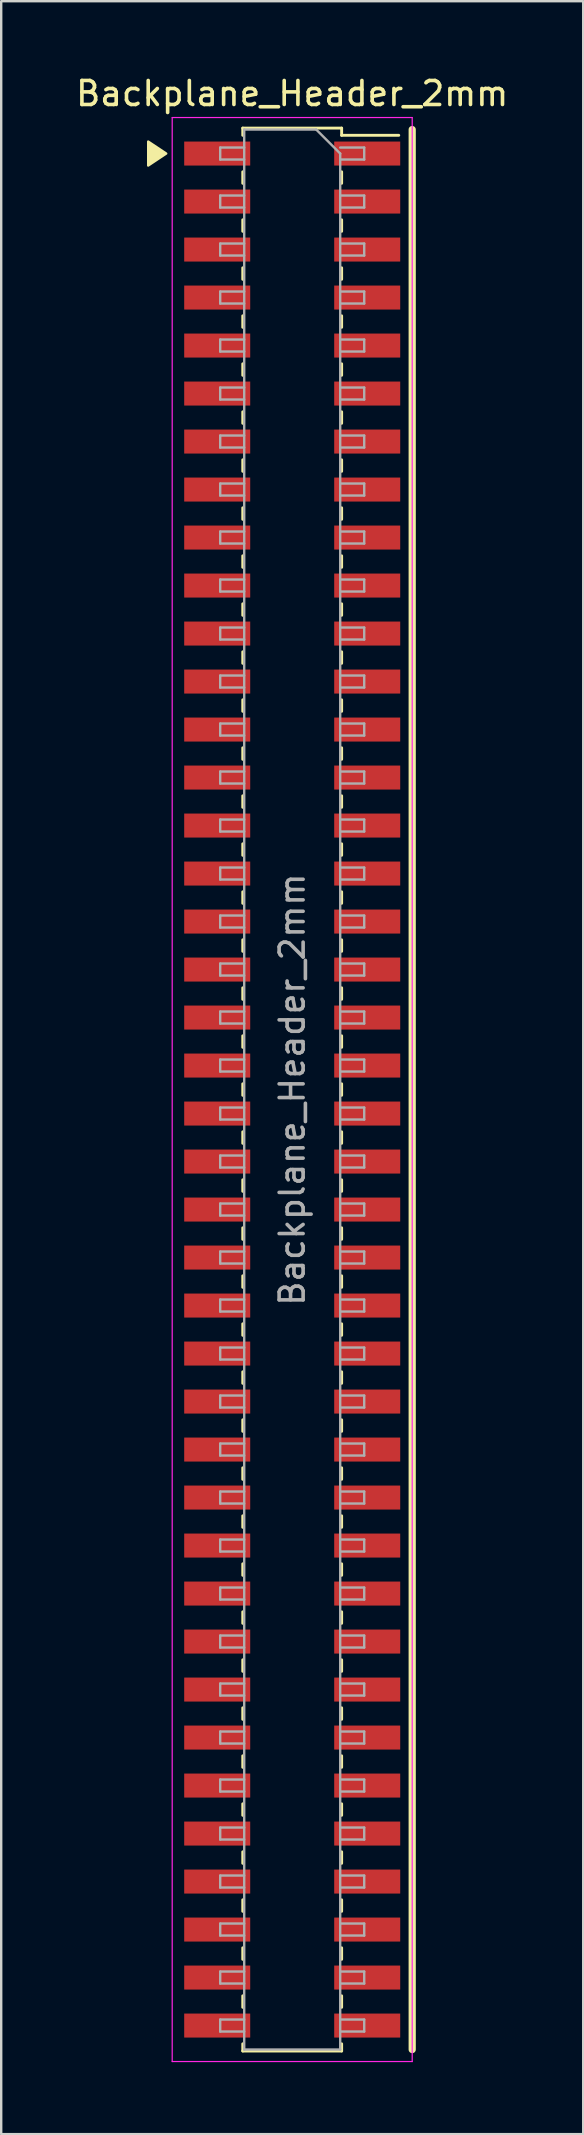
<source format=kicad_pcb>
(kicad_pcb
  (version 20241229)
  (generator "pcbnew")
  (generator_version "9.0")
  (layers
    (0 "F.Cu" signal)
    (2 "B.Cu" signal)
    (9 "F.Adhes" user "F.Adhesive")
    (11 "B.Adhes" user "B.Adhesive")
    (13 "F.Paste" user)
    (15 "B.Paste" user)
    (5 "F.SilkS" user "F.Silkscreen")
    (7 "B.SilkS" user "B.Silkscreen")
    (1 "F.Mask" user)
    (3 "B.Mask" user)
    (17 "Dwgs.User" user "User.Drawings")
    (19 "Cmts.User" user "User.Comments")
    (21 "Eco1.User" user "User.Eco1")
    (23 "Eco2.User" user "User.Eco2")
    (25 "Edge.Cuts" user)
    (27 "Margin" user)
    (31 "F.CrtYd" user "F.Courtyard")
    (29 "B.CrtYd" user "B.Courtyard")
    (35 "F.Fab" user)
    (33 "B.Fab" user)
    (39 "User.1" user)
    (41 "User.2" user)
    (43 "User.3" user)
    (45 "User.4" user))
  (footprint "Backplane_Header_2mm"
    (layer "F.Cu")
    (at 9.125 42.348)
    (property "Reference" "Backplane_Header_2mm" (at 0 -41.5 0) (layer "F.SilkS") (effects (font (size 1 1) (thickness 0.15))))
    (attr smd)
    (fp_line (start -2.06 -40.06) (end -2.06 -39.76) (stroke (width 0.12) (type solid)) (layer "F.SilkS"))
    (fp_line (start -2.06 -40.06) (end 2.06 -40.06) (stroke (width 0.12) (type solid)) (layer "F.SilkS"))
    (fp_line (start -2.06 -38.24) (end -2.06 -37.76) (stroke (width 0.12) (type solid)) (layer "F.SilkS"))
    (fp_line (start -2.06 -36.24) (end -2.06 -35.76) (stroke (width 0.12) (type solid)) (layer "F.SilkS"))
    (fp_line (start -2.06 -34.24) (end -2.06 -33.76) (stroke (width 0.12) (type solid)) (layer "F.SilkS"))
    (fp_line (start -2.06 -32.24) (end -2.06 -31.76) (stroke (width 0.12) (type solid)) (layer "F.SilkS"))
    (fp_line (start -2.06 -30.24) (end -2.06 -29.76) (stroke (width 0.12) (type solid)) (layer "F.SilkS"))
    (fp_line (start -2.06 -28.24) (end -2.06 -27.76) (stroke (width 0.12) (type solid)) (layer "F.SilkS"))
    (fp_line (start -2.06 -26.24) (end -2.06 -25.76) (stroke (width 0.12) (type solid)) (layer "F.SilkS"))
    (fp_line (start -2.06 -24.24) (end -2.06 -23.76) (stroke (width 0.12) (type solid)) (layer "F.SilkS"))
    (fp_line (start -2.06 -22.24) (end -2.06 -21.76) (stroke (width 0.12) (type solid)) (layer "F.SilkS"))
    (fp_line (start -2.06 -20.24) (end -2.06 -19.76) (stroke (width 0.12) (type solid)) (layer "F.SilkS"))
    (fp_line (start -2.06 -18.24) (end -2.06 -17.76) (stroke (width 0.12) (type solid)) (layer "F.SilkS"))
    (fp_line (start -2.06 -16.24) (end -2.06 -15.76) (stroke (width 0.12) (type solid)) (layer "F.SilkS"))
    (fp_line (start -2.06 -14.24) (end -2.06 -13.76) (stroke (width 0.12) (type solid)) (layer "F.SilkS"))
    (fp_line (start -2.06 -12.24) (end -2.06 -11.76) (stroke (width 0.12) (type solid)) (layer "F.SilkS"))
    (fp_line (start -2.06 -10.24) (end -2.06 -9.76) (stroke (width 0.12) (type solid)) (layer "F.SilkS"))
    (fp_line (start -2.06 -8.24) (end -2.06 -7.76) (stroke (width 0.12) (type solid)) (layer "F.SilkS"))
    (fp_line (start -2.06 -6.24) (end -2.06 -5.76) (stroke (width 0.12) (type solid)) (layer "F.SilkS"))
    (fp_line (start -2.06 -4.24) (end -2.06 -3.76) (stroke (width 0.12) (type solid)) (layer "F.SilkS"))
    (fp_line (start -2.06 -2.24) (end -2.06 -1.76) (stroke (width 0.12) (type solid)) (layer "F.SilkS"))
    (fp_line (start -2.06 -0.24) (end -2.06 0.24) (stroke (width 0.12) (type solid)) (layer "F.SilkS"))
    (fp_line (start -2.06 1.76) (end -2.06 2.24) (stroke (width 0.12) (type solid)) (layer "F.SilkS"))
    (fp_line (start -2.06 3.76) (end -2.06 4.24) (stroke (width 0.12) (type solid)) (layer "F.SilkS"))
    (fp_line (start -2.06 5.76) (end -2.06 6.24) (stroke (width 0.12) (type solid)) (layer "F.SilkS"))
    (fp_line (start -2.06 7.76) (end -2.06 8.24) (stroke (width 0.12) (type solid)) (layer "F.SilkS"))
    (fp_line (start -2.06 9.76) (end -2.06 10.24) (stroke (width 0.12) (type solid)) (layer "F.SilkS"))
    (fp_line (start -2.06 11.76) (end -2.06 12.24) (stroke (width 0.12) (type solid)) (layer "F.SilkS"))
    (fp_line (start -2.06 13.76) (end -2.06 14.24) (stroke (width 0.12) (type solid)) (layer "F.SilkS"))
    (fp_line (start -2.06 15.76) (end -2.06 16.24) (stroke (width 0.12) (type solid)) (layer "F.SilkS"))
    (fp_line (start -2.06 17.76) (end -2.06 18.24) (stroke (width 0.12) (type solid)) (layer "F.SilkS"))
    (fp_line (start -2.06 19.76) (end -2.06 20.24) (stroke (width 0.12) (type solid)) (layer "F.SilkS"))
    (fp_line (start -2.06 21.76) (end -2.06 22.24) (stroke (width 0.12) (type solid)) (layer "F.SilkS"))
    (fp_line (start -2.06 23.76) (end -2.06 24.24) (stroke (width 0.12) (type solid)) (layer "F.SilkS"))
    (fp_line (start -2.06 25.76) (end -2.06 26.24) (stroke (width 0.12) (type solid)) (layer "F.SilkS"))
    (fp_line (start -2.06 27.76) (end -2.06 28.24) (stroke (width 0.12) (type solid)) (layer "F.SilkS"))
    (fp_line (start -2.06 29.76) (end -2.06 30.24) (stroke (width 0.12) (type solid)) (layer "F.SilkS"))
    (fp_line (start -2.06 31.76) (end -2.06 32.24) (stroke (width 0.12) (type solid)) (layer "F.SilkS"))
    (fp_line (start -2.06 33.76) (end -2.06 34.24) (stroke (width 0.12) (type solid)) (layer "F.SilkS"))
    (fp_line (start -2.06 35.76) (end -2.06 36.24) (stroke (width 0.12) (type solid)) (layer "F.SilkS"))
    (fp_line (start -2.06 37.76) (end -2.06 38.24) (stroke (width 0.12) (type solid)) (layer "F.SilkS"))
    (fp_line (start -2.06 39.76) (end -2.06 40.06) (stroke (width 0.12) (type solid)) (layer "F.SilkS"))
    (fp_line (start -2.06 40.06) (end 2.06 40.06) (stroke (width 0.12) (type solid)) (layer "F.SilkS"))
    (fp_line (start 2.06 -40.06) (end 2.06 -39.76) (stroke (width 0.12) (type solid)) (layer "F.SilkS"))
    (fp_line (start 2.06 -39.76) (end 4.44 -39.76) (stroke (width 0.12) (type solid)) (layer "F.SilkS"))
    (fp_line (start 2.06 -38.24) (end 2.06 -37.76) (stroke (width 0.12) (type solid)) (layer "F.SilkS"))
    (fp_line (start 2.06 -36.24) (end 2.06 -35.76) (stroke (width 0.12) (type solid)) (layer "F.SilkS"))
    (fp_line (start 2.06 -34.24) (end 2.06 -33.76) (stroke (width 0.12) (type solid)) (layer "F.SilkS"))
    (fp_line (start 2.06 -32.24) (end 2.06 -31.76) (stroke (width 0.12) (type solid)) (layer "F.SilkS"))
    (fp_line (start 2.06 -30.24) (end 2.06 -29.76) (stroke (width 0.12) (type solid)) (layer "F.SilkS"))
    (fp_line (start 2.06 -28.24) (end 2.06 -27.76) (stroke (width 0.12) (type solid)) (layer "F.SilkS"))
    (fp_line (start 2.06 -26.24) (end 2.06 -25.76) (stroke (width 0.12) (type solid)) (layer "F.SilkS"))
    (fp_line (start 2.06 -24.24) (end 2.06 -23.76) (stroke (width 0.12) (type solid)) (layer "F.SilkS"))
    (fp_line (start 2.06 -22.24) (end 2.06 -21.76) (stroke (width 0.12) (type solid)) (layer "F.SilkS"))
    (fp_line (start 2.06 -20.24) (end 2.06 -19.76) (stroke (width 0.12) (type solid)) (layer "F.SilkS"))
    (fp_line (start 2.06 -18.24) (end 2.06 -17.76) (stroke (width 0.12) (type solid)) (layer "F.SilkS"))
    (fp_line (start 2.06 -16.24) (end 2.06 -15.76) (stroke (width 0.12) (type solid)) (layer "F.SilkS"))
    (fp_line (start 2.06 -14.24) (end 2.06 -13.76) (stroke (width 0.12) (type solid)) (layer "F.SilkS"))
    (fp_line (start 2.06 -12.24) (end 2.06 -11.76) (stroke (width 0.12) (type solid)) (layer "F.SilkS"))
    (fp_line (start 2.06 -10.24) (end 2.06 -9.76) (stroke (width 0.12) (type solid)) (layer "F.SilkS"))
    (fp_line (start 2.06 -8.24) (end 2.06 -7.76) (stroke (width 0.12) (type solid)) (layer "F.SilkS"))
    (fp_line (start 2.06 -6.24) (end 2.06 -5.76) (stroke (width 0.12) (type solid)) (layer "F.SilkS"))
    (fp_line (start 2.06 -4.24) (end 2.06 -3.76) (stroke (width 0.12) (type solid)) (layer "F.SilkS"))
    (fp_line (start 2.06 -2.24) (end 2.06 -1.76) (stroke (width 0.12) (type solid)) (layer "F.SilkS"))
    (fp_line (start 2.06 -0.24) (end 2.06 0.24) (stroke (width 0.12) (type solid)) (layer "F.SilkS"))
    (fp_line (start 2.06 1.76) (end 2.06 2.24) (stroke (width 0.12) (type solid)) (layer "F.SilkS"))
    (fp_line (start 2.06 3.76) (end 2.06 4.24) (stroke (width 0.12) (type solid)) (layer "F.SilkS"))
    (fp_line (start 2.06 5.76) (end 2.06 6.24) (stroke (width 0.12) (type solid)) (layer "F.SilkS"))
    (fp_line (start 2.06 7.76) (end 2.06 8.24) (stroke (width 0.12) (type solid)) (layer "F.SilkS"))
    (fp_line (start 2.06 9.76) (end 2.06 10.24) (stroke (width 0.12) (type solid)) (layer "F.SilkS"))
    (fp_line (start 2.06 11.76) (end 2.06 12.24) (stroke (width 0.12) (type solid)) (layer "F.SilkS"))
    (fp_line (start 2.06 13.76) (end 2.06 14.24) (stroke (width 0.12) (type solid)) (layer "F.SilkS"))
    (fp_line (start 2.06 15.76) (end 2.06 16.24) (stroke (width 0.12) (type solid)) (layer "F.SilkS"))
    (fp_line (start 2.06 17.76) (end 2.06 18.24) (stroke (width 0.12) (type solid)) (layer "F.SilkS"))
    (fp_line (start 2.06 19.76) (end 2.06 20.24) (stroke (width 0.12) (type solid)) (layer "F.SilkS"))
    (fp_line (start 2.06 21.76) (end 2.06 22.24) (stroke (width 0.12) (type solid)) (layer "F.SilkS"))
    (fp_line (start 2.06 23.76) (end 2.06 24.24) (stroke (width 0.12) (type solid)) (layer "F.SilkS"))
    (fp_line (start 2.06 25.76) (end 2.06 26.24) (stroke (width 0.12) (type solid)) (layer "F.SilkS"))
    (fp_line (start 2.06 27.76) (end 2.06 28.24) (stroke (width 0.12) (type solid)) (layer "F.SilkS"))
    (fp_line (start 2.06 29.76) (end 2.06 30.24) (stroke (width 0.12) (type solid)) (layer "F.SilkS"))
    (fp_line (start 2.06 31.76) (end 2.06 32.24) (stroke (width 0.12) (type solid)) (layer "F.SilkS"))
    (fp_line (start 2.06 33.76) (end 2.06 34.24) (stroke (width 0.12) (type solid)) (layer "F.SilkS"))
    (fp_line (start 2.06 35.76) (end 2.06 36.24) (stroke (width 0.12) (type solid)) (layer "F.SilkS"))
    (fp_line (start 2.06 37.76) (end 2.06 38.24) (stroke (width 0.12) (type solid)) (layer "F.SilkS"))
    (fp_line (start 2.06 39.76) (end 2.06 40.06) (stroke (width 0.12) (type solid)) (layer "F.SilkS"))
    (fp_line (start 5 -40) (end 5 40) (stroke (width 0.3) (type default)) (layer "F.SilkS"))
    (fp_poly (pts (xy -5.25 -39) (xy -6 -38.5) (xy -6 -39.5)) (stroke (width 0.1) (type solid)) (fill yes) (layer "F.SilkS"))
    (fp_line (start -5 -40.5) (end 5 -40.5) (stroke (width 0.05) (type solid)) (layer "F.CrtYd"))
    (fp_line (start -5 40.5) (end -5 -40.5) (stroke (width 0.05) (type solid)) (layer "F.CrtYd"))
    (fp_line (start 5 -40.5) (end 5 40.5) (stroke (width 0.05) (type solid)) (layer "F.CrtYd"))
    (fp_line (start 5 40.5) (end -5 40.5) (stroke (width 0.05) (type solid)) (layer "F.CrtYd"))
    (fp_line (start -3 -39.25) (end -2 -39.25) (stroke (width 0.1) (type solid)) (layer "F.Fab"))
    (fp_line (start -3 -38.75) (end -3 -39.25) (stroke (width 0.1) (type solid)) (layer "F.Fab"))
    (fp_line (start -3 -37.25) (end -2 -37.25) (stroke (width 0.1) (type solid)) (layer "F.Fab"))
    (fp_line (start -3 -36.75) (end -3 -37.25) (stroke (width 0.1) (type solid)) (layer "F.Fab"))
    (fp_line (start -3 -35.25) (end -2 -35.25) (stroke (width 0.1) (type solid)) (layer "F.Fab"))
    (fp_line (start -3 -34.75) (end -3 -35.25) (stroke (width 0.1) (type solid)) (layer "F.Fab"))
    (fp_line (start -3 -33.25) (end -2 -33.25) (stroke (width 0.1) (type solid)) (layer "F.Fab"))
    (fp_line (start -3 -32.75) (end -3 -33.25) (stroke (width 0.1) (type solid)) (layer "F.Fab"))
    (fp_line (start -3 -31.25) (end -2 -31.25) (stroke (width 0.1) (type solid)) (layer "F.Fab"))
    (fp_line (start -3 -30.75) (end -3 -31.25) (stroke (width 0.1) (type solid)) (layer "F.Fab"))
    (fp_line (start -3 -29.25) (end -2 -29.25) (stroke (width 0.1) (type solid)) (layer "F.Fab"))
    (fp_line (start -3 -28.75) (end -3 -29.25) (stroke (width 0.1) (type solid)) (layer "F.Fab"))
    (fp_line (start -3 -27.25) (end -2 -27.25) (stroke (width 0.1) (type solid)) (layer "F.Fab"))
    (fp_line (start -3 -26.75) (end -3 -27.25) (stroke (width 0.1) (type solid)) (layer "F.Fab"))
    (fp_line (start -3 -25.25) (end -2 -25.25) (stroke (width 0.1) (type solid)) (layer "F.Fab"))
    (fp_line (start -3 -24.75) (end -3 -25.25) (stroke (width 0.1) (type solid)) (layer "F.Fab"))
    (fp_line (start -3 -23.25) (end -2 -23.25) (stroke (width 0.1) (type solid)) (layer "F.Fab"))
    (fp_line (start -3 -22.75) (end -3 -23.25) (stroke (width 0.1) (type solid)) (layer "F.Fab"))
    (fp_line (start -3 -21.25) (end -2 -21.25) (stroke (width 0.1) (type solid)) (layer "F.Fab"))
    (fp_line (start -3 -20.75) (end -3 -21.25) (stroke (width 0.1) (type solid)) (layer "F.Fab"))
    (fp_line (start -3 -19.25) (end -2 -19.25) (stroke (width 0.1) (type solid)) (layer "F.Fab"))
    (fp_line (start -3 -18.75) (end -3 -19.25) (stroke (width 0.1) (type solid)) (layer "F.Fab"))
    (fp_line (start -3 -17.25) (end -2 -17.25) (stroke (width 0.1) (type solid)) (layer "F.Fab"))
    (fp_line (start -3 -16.75) (end -3 -17.25) (stroke (width 0.1) (type solid)) (layer "F.Fab"))
    (fp_line (start -3 -15.25) (end -2 -15.25) (stroke (width 0.1) (type solid)) (layer "F.Fab"))
    (fp_line (start -3 -14.75) (end -3 -15.25) (stroke (width 0.1) (type solid)) (layer "F.Fab"))
    (fp_line (start -3 -13.25) (end -2 -13.25) (stroke (width 0.1) (type solid)) (layer "F.Fab"))
    (fp_line (start -3 -12.75) (end -3 -13.25) (stroke (width 0.1) (type solid)) (layer "F.Fab"))
    (fp_line (start -3 -11.25) (end -2 -11.25) (stroke (width 0.1) (type solid)) (layer "F.Fab"))
    (fp_line (start -3 -10.75) (end -3 -11.25) (stroke (width 0.1) (type solid)) (layer "F.Fab"))
    (fp_line (start -3 -9.25) (end -2 -9.25) (stroke (width 0.1) (type solid)) (layer "F.Fab"))
    (fp_line (start -3 -8.75) (end -3 -9.25) (stroke (width 0.1) (type solid)) (layer "F.Fab"))
    (fp_line (start -3 -7.25) (end -2 -7.25) (stroke (width 0.1) (type solid)) (layer "F.Fab"))
    (fp_line (start -3 -6.75) (end -3 -7.25) (stroke (width 0.1) (type solid)) (layer "F.Fab"))
    (fp_line (start -3 -5.25) (end -2 -5.25) (stroke (width 0.1) (type solid)) (layer "F.Fab"))
    (fp_line (start -3 -4.75) (end -3 -5.25) (stroke (width 0.1) (type solid)) (layer "F.Fab"))
    (fp_line (start -3 -3.25) (end -2 -3.25) (stroke (width 0.1) (type solid)) (layer "F.Fab"))
    (fp_line (start -3 -2.75) (end -3 -3.25) (stroke (width 0.1) (type solid)) (layer "F.Fab"))
    (fp_line (start -3 -1.25) (end -2 -1.25) (stroke (width 0.1) (type solid)) (layer "F.Fab"))
    (fp_line (start -3 -0.75) (end -3 -1.25) (stroke (width 0.1) (type solid)) (layer "F.Fab"))
    (fp_line (start -3 0.75) (end -2 0.75) (stroke (width 0.1) (type solid)) (layer "F.Fab"))
    (fp_line (start -3 1.25) (end -3 0.75) (stroke (width 0.1) (type solid)) (layer "F.Fab"))
    (fp_line (start -3 2.75) (end -2 2.75) (stroke (width 0.1) (type solid)) (layer "F.Fab"))
    (fp_line (start -3 3.25) (end -3 2.75) (stroke (width 0.1) (type solid)) (layer "F.Fab"))
    (fp_line (start -3 4.75) (end -2 4.75) (stroke (width 0.1) (type solid)) (layer "F.Fab"))
    (fp_line (start -3 5.25) (end -3 4.75) (stroke (width 0.1) (type solid)) (layer "F.Fab"))
    (fp_line (start -3 6.75) (end -2 6.75) (stroke (width 0.1) (type solid)) (layer "F.Fab"))
    (fp_line (start -3 7.25) (end -3 6.75) (stroke (width 0.1) (type solid)) (layer "F.Fab"))
    (fp_line (start -3 8.75) (end -2 8.75) (stroke (width 0.1) (type solid)) (layer "F.Fab"))
    (fp_line (start -3 9.25) (end -3 8.75) (stroke (width 0.1) (type solid)) (layer "F.Fab"))
    (fp_line (start -3 10.75) (end -2 10.75) (stroke (width 0.1) (type solid)) (layer "F.Fab"))
    (fp_line (start -3 11.25) (end -3 10.75) (stroke (width 0.1) (type solid)) (layer "F.Fab"))
    (fp_line (start -3 12.75) (end -2 12.75) (stroke (width 0.1) (type solid)) (layer "F.Fab"))
    (fp_line (start -3 13.25) (end -3 12.75) (stroke (width 0.1) (type solid)) (layer "F.Fab"))
    (fp_line (start -3 14.75) (end -2 14.75) (stroke (width 0.1) (type solid)) (layer "F.Fab"))
    (fp_line (start -3 15.25) (end -3 14.75) (stroke (width 0.1) (type solid)) (layer "F.Fab"))
    (fp_line (start -3 16.75) (end -2 16.75) (stroke (width 0.1) (type solid)) (layer "F.Fab"))
    (fp_line (start -3 17.25) (end -3 16.75) (stroke (width 0.1) (type solid)) (layer "F.Fab"))
    (fp_line (start -3 18.75) (end -2 18.75) (stroke (width 0.1) (type solid)) (layer "F.Fab"))
    (fp_line (start -3 19.25) (end -3 18.75) (stroke (width 0.1) (type solid)) (layer "F.Fab"))
    (fp_line (start -3 20.75) (end -2 20.75) (stroke (width 0.1) (type solid)) (layer "F.Fab"))
    (fp_line (start -3 21.25) (end -3 20.75) (stroke (width 0.1) (type solid)) (layer "F.Fab"))
    (fp_line (start -3 22.75) (end -2 22.75) (stroke (width 0.1) (type solid)) (layer "F.Fab"))
    (fp_line (start -3 23.25) (end -3 22.75) (stroke (width 0.1) (type solid)) (layer "F.Fab"))
    (fp_line (start -3 24.75) (end -2 24.75) (stroke (width 0.1) (type solid)) (layer "F.Fab"))
    (fp_line (start -3 25.25) (end -3 24.75) (stroke (width 0.1) (type solid)) (layer "F.Fab"))
    (fp_line (start -3 26.75) (end -2 26.75) (stroke (width 0.1) (type solid)) (layer "F.Fab"))
    (fp_line (start -3 27.25) (end -3 26.75) (stroke (width 0.1) (type solid)) (layer "F.Fab"))
    (fp_line (start -3 28.75) (end -2 28.75) (stroke (width 0.1) (type solid)) (layer "F.Fab"))
    (fp_line (start -3 29.25) (end -3 28.75) (stroke (width 0.1) (type solid)) (layer "F.Fab"))
    (fp_line (start -3 30.75) (end -2 30.75) (stroke (width 0.1) (type solid)) (layer "F.Fab"))
    (fp_line (start -3 31.25) (end -3 30.75) (stroke (width 0.1) (type solid)) (layer "F.Fab"))
    (fp_line (start -3 32.75) (end -2 32.75) (stroke (width 0.1) (type solid)) (layer "F.Fab"))
    (fp_line (start -3 33.25) (end -3 32.75) (stroke (width 0.1) (type solid)) (layer "F.Fab"))
    (fp_line (start -3 34.75) (end -2 34.75) (stroke (width 0.1) (type solid)) (layer "F.Fab"))
    (fp_line (start -3 35.25) (end -3 34.75) (stroke (width 0.1) (type solid)) (layer "F.Fab"))
    (fp_line (start -3 36.75) (end -2 36.75) (stroke (width 0.1) (type solid)) (layer "F.Fab"))
    (fp_line (start -3 37.25) (end -3 36.75) (stroke (width 0.1) (type solid)) (layer "F.Fab"))
    (fp_line (start -3 38.75) (end -2 38.75) (stroke (width 0.1) (type solid)) (layer "F.Fab"))
    (fp_line (start -3 39.25) (end -3 38.75) (stroke (width 0.1) (type solid)) (layer "F.Fab"))
    (fp_line (start -2 -40) (end 1 -40) (stroke (width 0.1) (type solid)) (layer "F.Fab"))
    (fp_line (start -2 -38.75) (end -3 -38.75) (stroke (width 0.1) (type solid)) (layer "F.Fab"))
    (fp_line (start -2 -36.75) (end -3 -36.75) (stroke (width 0.1) (type solid)) (layer "F.Fab"))
    (fp_line (start -2 -34.75) (end -3 -34.75) (stroke (width 0.1) (type solid)) (layer "F.Fab"))
    (fp_line (start -2 -32.75) (end -3 -32.75) (stroke (width 0.1) (type solid)) (layer "F.Fab"))
    (fp_line (start -2 -30.75) (end -3 -30.75) (stroke (width 0.1) (type solid)) (layer "F.Fab"))
    (fp_line (start -2 -28.75) (end -3 -28.75) (stroke (width 0.1) (type solid)) (layer "F.Fab"))
    (fp_line (start -2 -26.75) (end -3 -26.75) (stroke (width 0.1) (type solid)) (layer "F.Fab"))
    (fp_line (start -2 -24.75) (end -3 -24.75) (stroke (width 0.1) (type solid)) (layer "F.Fab"))
    (fp_line (start -2 -22.75) (end -3 -22.75) (stroke (width 0.1) (type solid)) (layer "F.Fab"))
    (fp_line (start -2 -20.75) (end -3 -20.75) (stroke (width 0.1) (type solid)) (layer "F.Fab"))
    (fp_line (start -2 -18.75) (end -3 -18.75) (stroke (width 0.1) (type solid)) (layer "F.Fab"))
    (fp_line (start -2 -16.75) (end -3 -16.75) (stroke (width 0.1) (type solid)) (layer "F.Fab"))
    (fp_line (start -2 -14.75) (end -3 -14.75) (stroke (width 0.1) (type solid)) (layer "F.Fab"))
    (fp_line (start -2 -12.75) (end -3 -12.75) (stroke (width 0.1) (type solid)) (layer "F.Fab"))
    (fp_line (start -2 -10.75) (end -3 -10.75) (stroke (width 0.1) (type solid)) (layer "F.Fab"))
    (fp_line (start -2 -8.75) (end -3 -8.75) (stroke (width 0.1) (type solid)) (layer "F.Fab"))
    (fp_line (start -2 -6.75) (end -3 -6.75) (stroke (width 0.1) (type solid)) (layer "F.Fab"))
    (fp_line (start -2 -4.75) (end -3 -4.75) (stroke (width 0.1) (type solid)) (layer "F.Fab"))
    (fp_line (start -2 -2.75) (end -3 -2.75) (stroke (width 0.1) (type solid)) (layer "F.Fab"))
    (fp_line (start -2 -0.75) (end -3 -0.75) (stroke (width 0.1) (type solid)) (layer "F.Fab"))
    (fp_line (start -2 1.25) (end -3 1.25) (stroke (width 0.1) (type solid)) (layer "F.Fab"))
    (fp_line (start -2 3.25) (end -3 3.25) (stroke (width 0.1) (type solid)) (layer "F.Fab"))
    (fp_line (start -2 5.25) (end -3 5.25) (stroke (width 0.1) (type solid)) (layer "F.Fab"))
    (fp_line (start -2 7.25) (end -3 7.25) (stroke (width 0.1) (type solid)) (layer "F.Fab"))
    (fp_line (start -2 9.25) (end -3 9.25) (stroke (width 0.1) (type solid)) (layer "F.Fab"))
    (fp_line (start -2 11.25) (end -3 11.25) (stroke (width 0.1) (type solid)) (layer "F.Fab"))
    (fp_line (start -2 13.25) (end -3 13.25) (stroke (width 0.1) (type solid)) (layer "F.Fab"))
    (fp_line (start -2 15.25) (end -3 15.25) (stroke (width 0.1) (type solid)) (layer "F.Fab"))
    (fp_line (start -2 17.25) (end -3 17.25) (stroke (width 0.1) (type solid)) (layer "F.Fab"))
    (fp_line (start -2 19.25) (end -3 19.25) (stroke (width 0.1) (type solid)) (layer "F.Fab"))
    (fp_line (start -2 21.25) (end -3 21.25) (stroke (width 0.1) (type solid)) (layer "F.Fab"))
    (fp_line (start -2 23.25) (end -3 23.25) (stroke (width 0.1) (type solid)) (layer "F.Fab"))
    (fp_line (start -2 25.25) (end -3 25.25) (stroke (width 0.1) (type solid)) (layer "F.Fab"))
    (fp_line (start -2 27.25) (end -3 27.25) (stroke (width 0.1) (type solid)) (layer "F.Fab"))
    (fp_line (start -2 29.25) (end -3 29.25) (stroke (width 0.1) (type solid)) (layer "F.Fab"))
    (fp_line (start -2 31.25) (end -3 31.25) (stroke (width 0.1) (type solid)) (layer "F.Fab"))
    (fp_line (start -2 33.25) (end -3 33.25) (stroke (width 0.1) (type solid)) (layer "F.Fab"))
    (fp_line (start -2 35.25) (end -3 35.25) (stroke (width 0.1) (type solid)) (layer "F.Fab"))
    (fp_line (start -2 37.25) (end -3 37.25) (stroke (width 0.1) (type solid)) (layer "F.Fab"))
    (fp_line (start -2 39.25) (end -3 39.25) (stroke (width 0.1) (type solid)) (layer "F.Fab"))
    (fp_line (start -2 40) (end -2 -40) (stroke (width 0.1) (type solid)) (layer "F.Fab"))
    (fp_line (start 1 -40) (end 2 -39) (stroke (width 0.1) (type solid)) (layer "F.Fab"))
    (fp_line (start 2 -39.25) (end 3 -39.25) (stroke (width 0.1) (type solid)) (layer "F.Fab"))
    (fp_line (start 2 -39) (end 2 40) (stroke (width 0.1) (type solid)) (layer "F.Fab"))
    (fp_line (start 2 -37.25) (end 3 -37.25) (stroke (width 0.1) (type solid)) (layer "F.Fab"))
    (fp_line (start 2 -35.25) (end 3 -35.25) (stroke (width 0.1) (type solid)) (layer "F.Fab"))
    (fp_line (start 2 -33.25) (end 3 -33.25) (stroke (width 0.1) (type solid)) (layer "F.Fab"))
    (fp_line (start 2 -31.25) (end 3 -31.25) (stroke (width 0.1) (type solid)) (layer "F.Fab"))
    (fp_line (start 2 -29.25) (end 3 -29.25) (stroke (width 0.1) (type solid)) (layer "F.Fab"))
    (fp_line (start 2 -27.25) (end 3 -27.25) (stroke (width 0.1) (type solid)) (layer "F.Fab"))
    (fp_line (start 2 -25.25) (end 3 -25.25) (stroke (width 0.1) (type solid)) (layer "F.Fab"))
    (fp_line (start 2 -23.25) (end 3 -23.25) (stroke (width 0.1) (type solid)) (layer "F.Fab"))
    (fp_line (start 2 -21.25) (end 3 -21.25) (stroke (width 0.1) (type solid)) (layer "F.Fab"))
    (fp_line (start 2 -19.25) (end 3 -19.25) (stroke (width 0.1) (type solid)) (layer "F.Fab"))
    (fp_line (start 2 -17.25) (end 3 -17.25) (stroke (width 0.1) (type solid)) (layer "F.Fab"))
    (fp_line (start 2 -15.25) (end 3 -15.25) (stroke (width 0.1) (type solid)) (layer "F.Fab"))
    (fp_line (start 2 -13.25) (end 3 -13.25) (stroke (width 0.1) (type solid)) (layer "F.Fab"))
    (fp_line (start 2 -11.25) (end 3 -11.25) (stroke (width 0.1) (type solid)) (layer "F.Fab"))
    (fp_line (start 2 -9.25) (end 3 -9.25) (stroke (width 0.1) (type solid)) (layer "F.Fab"))
    (fp_line (start 2 -7.25) (end 3 -7.25) (stroke (width 0.1) (type solid)) (layer "F.Fab"))
    (fp_line (start 2 -5.25) (end 3 -5.25) (stroke (width 0.1) (type solid)) (layer "F.Fab"))
    (fp_line (start 2 -3.25) (end 3 -3.25) (stroke (width 0.1) (type solid)) (layer "F.Fab"))
    (fp_line (start 2 -1.25) (end 3 -1.25) (stroke (width 0.1) (type solid)) (layer "F.Fab"))
    (fp_line (start 2 0.75) (end 3 0.75) (stroke (width 0.1) (type solid)) (layer "F.Fab"))
    (fp_line (start 2 2.75) (end 3 2.75) (stroke (width 0.1) (type solid)) (layer "F.Fab"))
    (fp_line (start 2 4.75) (end 3 4.75) (stroke (width 0.1) (type solid)) (layer "F.Fab"))
    (fp_line (start 2 6.75) (end 3 6.75) (stroke (width 0.1) (type solid)) (layer "F.Fab"))
    (fp_line (start 2 8.75) (end 3 8.75) (stroke (width 0.1) (type solid)) (layer "F.Fab"))
    (fp_line (start 2 10.75) (end 3 10.75) (stroke (width 0.1) (type solid)) (layer "F.Fab"))
    (fp_line (start 2 12.75) (end 3 12.75) (stroke (width 0.1) (type solid)) (layer "F.Fab"))
    (fp_line (start 2 14.75) (end 3 14.75) (stroke (width 0.1) (type solid)) (layer "F.Fab"))
    (fp_line (start 2 16.75) (end 3 16.75) (stroke (width 0.1) (type solid)) (layer "F.Fab"))
    (fp_line (start 2 18.75) (end 3 18.75) (stroke (width 0.1) (type solid)) (layer "F.Fab"))
    (fp_line (start 2 20.75) (end 3 20.75) (stroke (width 0.1) (type solid)) (layer "F.Fab"))
    (fp_line (start 2 22.75) (end 3 22.75) (stroke (width 0.1) (type solid)) (layer "F.Fab"))
    (fp_line (start 2 24.75) (end 3 24.75) (stroke (width 0.1) (type solid)) (layer "F.Fab"))
    (fp_line (start 2 26.75) (end 3 26.75) (stroke (width 0.1) (type solid)) (layer "F.Fab"))
    (fp_line (start 2 28.75) (end 3 28.75) (stroke (width 0.1) (type solid)) (layer "F.Fab"))
    (fp_line (start 2 30.75) (end 3 30.75) (stroke (width 0.1) (type solid)) (layer "F.Fab"))
    (fp_line (start 2 32.75) (end 3 32.75) (stroke (width 0.1) (type solid)) (layer "F.Fab"))
    (fp_line (start 2 34.75) (end 3 34.75) (stroke (width 0.1) (type solid)) (layer "F.Fab"))
    (fp_line (start 2 36.75) (end 3 36.75) (stroke (width 0.1) (type solid)) (layer "F.Fab"))
    (fp_line (start 2 38.75) (end 3 38.75) (stroke (width 0.1) (type solid)) (layer "F.Fab"))
    (fp_line (start 2 40) (end -2 40) (stroke (width 0.1) (type solid)) (layer "F.Fab"))
    (fp_line (start 3 -39.25) (end 3 -38.75) (stroke (width 0.1) (type solid)) (layer "F.Fab"))
    (fp_line (start 3 -38.75) (end 2 -38.75) (stroke (width 0.1) (type solid)) (layer "F.Fab"))
    (fp_line (start 3 -37.25) (end 3 -36.75) (stroke (width 0.1) (type solid)) (layer "F.Fab"))
    (fp_line (start 3 -36.75) (end 2 -36.75) (stroke (width 0.1) (type solid)) (layer "F.Fab"))
    (fp_line (start 3 -35.25) (end 3 -34.75) (stroke (width 0.1) (type solid)) (layer "F.Fab"))
    (fp_line (start 3 -34.75) (end 2 -34.75) (stroke (width 0.1) (type solid)) (layer "F.Fab"))
    (fp_line (start 3 -33.25) (end 3 -32.75) (stroke (width 0.1) (type solid)) (layer "F.Fab"))
    (fp_line (start 3 -32.75) (end 2 -32.75) (stroke (width 0.1) (type solid)) (layer "F.Fab"))
    (fp_line (start 3 -31.25) (end 3 -30.75) (stroke (width 0.1) (type solid)) (layer "F.Fab"))
    (fp_line (start 3 -30.75) (end 2 -30.75) (stroke (width 0.1) (type solid)) (layer "F.Fab"))
    (fp_line (start 3 -29.25) (end 3 -28.75) (stroke (width 0.1) (type solid)) (layer "F.Fab"))
    (fp_line (start 3 -28.75) (end 2 -28.75) (stroke (width 0.1) (type solid)) (layer "F.Fab"))
    (fp_line (start 3 -27.25) (end 3 -26.75) (stroke (width 0.1) (type solid)) (layer "F.Fab"))
    (fp_line (start 3 -26.75) (end 2 -26.75) (stroke (width 0.1) (type solid)) (layer "F.Fab"))
    (fp_line (start 3 -25.25) (end 3 -24.75) (stroke (width 0.1) (type solid)) (layer "F.Fab"))
    (fp_line (start 3 -24.75) (end 2 -24.75) (stroke (width 0.1) (type solid)) (layer "F.Fab"))
    (fp_line (start 3 -23.25) (end 3 -22.75) (stroke (width 0.1) (type solid)) (layer "F.Fab"))
    (fp_line (start 3 -22.75) (end 2 -22.75) (stroke (width 0.1) (type solid)) (layer "F.Fab"))
    (fp_line (start 3 -21.25) (end 3 -20.75) (stroke (width 0.1) (type solid)) (layer "F.Fab"))
    (fp_line (start 3 -20.75) (end 2 -20.75) (stroke (width 0.1) (type solid)) (layer "F.Fab"))
    (fp_line (start 3 -19.25) (end 3 -18.75) (stroke (width 0.1) (type solid)) (layer "F.Fab"))
    (fp_line (start 3 -18.75) (end 2 -18.75) (stroke (width 0.1) (type solid)) (layer "F.Fab"))
    (fp_line (start 3 -17.25) (end 3 -16.75) (stroke (width 0.1) (type solid)) (layer "F.Fab"))
    (fp_line (start 3 -16.75) (end 2 -16.75) (stroke (width 0.1) (type solid)) (layer "F.Fab"))
    (fp_line (start 3 -15.25) (end 3 -14.75) (stroke (width 0.1) (type solid)) (layer "F.Fab"))
    (fp_line (start 3 -14.75) (end 2 -14.75) (stroke (width 0.1) (type solid)) (layer "F.Fab"))
    (fp_line (start 3 -13.25) (end 3 -12.75) (stroke (width 0.1) (type solid)) (layer "F.Fab"))
    (fp_line (start 3 -12.75) (end 2 -12.75) (stroke (width 0.1) (type solid)) (layer "F.Fab"))
    (fp_line (start 3 -11.25) (end 3 -10.75) (stroke (width 0.1) (type solid)) (layer "F.Fab"))
    (fp_line (start 3 -10.75) (end 2 -10.75) (stroke (width 0.1) (type solid)) (layer "F.Fab"))
    (fp_line (start 3 -9.25) (end 3 -8.75) (stroke (width 0.1) (type solid)) (layer "F.Fab"))
    (fp_line (start 3 -8.75) (end 2 -8.75) (stroke (width 0.1) (type solid)) (layer "F.Fab"))
    (fp_line (start 3 -7.25) (end 3 -6.75) (stroke (width 0.1) (type solid)) (layer "F.Fab"))
    (fp_line (start 3 -6.75) (end 2 -6.75) (stroke (width 0.1) (type solid)) (layer "F.Fab"))
    (fp_line (start 3 -5.25) (end 3 -4.75) (stroke (width 0.1) (type solid)) (layer "F.Fab"))
    (fp_line (start 3 -4.75) (end 2 -4.75) (stroke (width 0.1) (type solid)) (layer "F.Fab"))
    (fp_line (start 3 -3.25) (end 3 -2.75) (stroke (width 0.1) (type solid)) (layer "F.Fab"))
    (fp_line (start 3 -2.75) (end 2 -2.75) (stroke (width 0.1) (type solid)) (layer "F.Fab"))
    (fp_line (start 3 -1.25) (end 3 -0.75) (stroke (width 0.1) (type solid)) (layer "F.Fab"))
    (fp_line (start 3 -0.75) (end 2 -0.75) (stroke (width 0.1) (type solid)) (layer "F.Fab"))
    (fp_line (start 3 0.75) (end 3 1.25) (stroke (width 0.1) (type solid)) (layer "F.Fab"))
    (fp_line (start 3 1.25) (end 2 1.25) (stroke (width 0.1) (type solid)) (layer "F.Fab"))
    (fp_line (start 3 2.75) (end 3 3.25) (stroke (width 0.1) (type solid)) (layer "F.Fab"))
    (fp_line (start 3 3.25) (end 2 3.25) (stroke (width 0.1) (type solid)) (layer "F.Fab"))
    (fp_line (start 3 4.75) (end 3 5.25) (stroke (width 0.1) (type solid)) (layer "F.Fab"))
    (fp_line (start 3 5.25) (end 2 5.25) (stroke (width 0.1) (type solid)) (layer "F.Fab"))
    (fp_line (start 3 6.75) (end 3 7.25) (stroke (width 0.1) (type solid)) (layer "F.Fab"))
    (fp_line (start 3 7.25) (end 2 7.25) (stroke (width 0.1) (type solid)) (layer "F.Fab"))
    (fp_line (start 3 8.75) (end 3 9.25) (stroke (width 0.1) (type solid)) (layer "F.Fab"))
    (fp_line (start 3 9.25) (end 2 9.25) (stroke (width 0.1) (type solid)) (layer "F.Fab"))
    (fp_line (start 3 10.75) (end 3 11.25) (stroke (width 0.1) (type solid)) (layer "F.Fab"))
    (fp_line (start 3 11.25) (end 2 11.25) (stroke (width 0.1) (type solid)) (layer "F.Fab"))
    (fp_line (start 3 12.75) (end 3 13.25) (stroke (width 0.1) (type solid)) (layer "F.Fab"))
    (fp_line (start 3 13.25) (end 2 13.25) (stroke (width 0.1) (type solid)) (layer "F.Fab"))
    (fp_line (start 3 14.75) (end 3 15.25) (stroke (width 0.1) (type solid)) (layer "F.Fab"))
    (fp_line (start 3 15.25) (end 2 15.25) (stroke (width 0.1) (type solid)) (layer "F.Fab"))
    (fp_line (start 3 16.75) (end 3 17.25) (stroke (width 0.1) (type solid)) (layer "F.Fab"))
    (fp_line (start 3 17.25) (end 2 17.25) (stroke (width 0.1) (type solid)) (layer "F.Fab"))
    (fp_line (start 3 18.75) (end 3 19.25) (stroke (width 0.1) (type solid)) (layer "F.Fab"))
    (fp_line (start 3 19.25) (end 2 19.25) (stroke (width 0.1) (type solid)) (layer "F.Fab"))
    (fp_line (start 3 20.75) (end 3 21.25) (stroke (width 0.1) (type solid)) (layer "F.Fab"))
    (fp_line (start 3 21.25) (end 2 21.25) (stroke (width 0.1) (type solid)) (layer "F.Fab"))
    (fp_line (start 3 22.75) (end 3 23.25) (stroke (width 0.1) (type solid)) (layer "F.Fab"))
    (fp_line (start 3 23.25) (end 2 23.25) (stroke (width 0.1) (type solid)) (layer "F.Fab"))
    (fp_line (start 3 24.75) (end 3 25.25) (stroke (width 0.1) (type solid)) (layer "F.Fab"))
    (fp_line (start 3 25.25) (end 2 25.25) (stroke (width 0.1) (type solid)) (layer "F.Fab"))
    (fp_line (start 3 26.75) (end 3 27.25) (stroke (width 0.1) (type solid)) (layer "F.Fab"))
    (fp_line (start 3 27.25) (end 2 27.25) (stroke (width 0.1) (type solid)) (layer "F.Fab"))
    (fp_line (start 3 28.75) (end 3 29.25) (stroke (width 0.1) (type solid)) (layer "F.Fab"))
    (fp_line (start 3 29.25) (end 2 29.25) (stroke (width 0.1) (type solid)) (layer "F.Fab"))
    (fp_line (start 3 30.75) (end 3 31.25) (stroke (width 0.1) (type solid)) (layer "F.Fab"))
    (fp_line (start 3 31.25) (end 2 31.25) (stroke (width 0.1) (type solid)) (layer "F.Fab"))
    (fp_line (start 3 32.75) (end 3 33.25) (stroke (width 0.1) (type solid)) (layer "F.Fab"))
    (fp_line (start 3 33.25) (end 2 33.25) (stroke (width 0.1) (type solid)) (layer "F.Fab"))
    (fp_line (start 3 34.75) (end 3 35.25) (stroke (width 0.1) (type solid)) (layer "F.Fab"))
    (fp_line (start 3 35.25) (end 2 35.25) (stroke (width 0.1) (type solid)) (layer "F.Fab"))
    (fp_line (start 3 36.75) (end 3 37.25) (stroke (width 0.1) (type solid)) (layer "F.Fab"))
    (fp_line (start 3 37.25) (end 2 37.25) (stroke (width 0.1) (type solid)) (layer "F.Fab"))
    (fp_line (start 3 38.75) (end 3 39.25) (stroke (width 0.1) (type solid)) (layer "F.Fab"))
    (fp_line (start 3 39.25) (end 2 39.25) (stroke (width 0.1) (type solid)) (layer "F.Fab"))
    (fp_text user "${REFERENCE}" (at 0 0 90) (layer "F.Fab") (effects (font (size 1 1) (thickness 0.15))))
    (pad "1" smd rect (at 3.125 -39) (size 2.75 1) (layers "F.Cu" "F.Mask" "F.Paste"))
    (pad "2" smd rect (at 3.125 -37) (size 2.75 1) (layers "F.Cu" "F.Mask" "F.Paste"))
    (pad "3" smd rect (at 3.125 -35) (size 2.75 1) (layers "F.Cu" "F.Mask" "F.Paste"))
    (pad "4" smd rect (at 3.125 -33) (size 2.75 1) (layers "F.Cu" "F.Mask" "F.Paste"))
    (pad "5" smd rect (at 3.125 -31) (size 2.75 1) (layers "F.Cu" "F.Mask" "F.Paste"))
    (pad "6" smd rect (at 3.125 -29) (size 2.75 1) (layers "F.Cu" "F.Mask" "F.Paste"))
    (pad "7" smd rect (at 3.125 -27) (size 2.75 1) (layers "F.Cu" "F.Mask" "F.Paste"))
    (pad "8" smd rect (at 3.125 -25) (size 2.75 1) (layers "F.Cu" "F.Mask" "F.Paste"))
    (pad "9" smd rect (at 3.125 -23) (size 2.75 1) (layers "F.Cu" "F.Mask" "F.Paste"))
    (pad "10" smd rect (at 3.125 -21) (size 2.75 1) (layers "F.Cu" "F.Mask" "F.Paste"))
    (pad "11" smd rect (at 3.125 -19) (size 2.75 1) (layers "F.Cu" "F.Mask" "F.Paste"))
    (pad "12" smd rect (at 3.125 -17) (size 2.75 1) (layers "F.Cu" "F.Mask" "F.Paste"))
    (pad "13" smd rect (at 3.125 -15) (size 2.75 1) (layers "F.Cu" "F.Mask" "F.Paste"))
    (pad "14" smd rect (at 3.125 -13) (size 2.75 1) (layers "F.Cu" "F.Mask" "F.Paste"))
    (pad "15" smd rect (at 3.125 -11) (size 2.75 1) (layers "F.Cu" "F.Mask" "F.Paste"))
    (pad "16" smd rect (at 3.125 -9) (size 2.75 1) (layers "F.Cu" "F.Mask" "F.Paste"))
    (pad "17" smd rect (at 3.125 -7) (size 2.75 1) (layers "F.Cu" "F.Mask" "F.Paste"))
    (pad "18" smd rect (at 3.125 -5) (size 2.75 1) (layers "F.Cu" "F.Mask" "F.Paste"))
    (pad "19" smd rect (at 3.125 -3) (size 2.75 1) (layers "F.Cu" "F.Mask" "F.Paste"))
    (pad "20" smd rect (at 3.125 -1) (size 2.75 1) (layers "F.Cu" "F.Mask" "F.Paste"))
    (pad "21" smd rect (at 3.125 1) (size 2.75 1) (layers "F.Cu" "F.Mask" "F.Paste"))
    (pad "22" smd rect (at 3.125 3) (size 2.75 1) (layers "F.Cu" "F.Mask" "F.Paste"))
    (pad "23" smd rect (at 3.125 5) (size 2.75 1) (layers "F.Cu" "F.Mask" "F.Paste"))
    (pad "24" smd rect (at 3.125 7) (size 2.75 1) (layers "F.Cu" "F.Mask" "F.Paste"))
    (pad "25" smd rect (at 3.125 9) (size 2.75 1) (layers "F.Cu" "F.Mask" "F.Paste"))
    (pad "26" smd rect (at 3.125 11) (size 2.75 1) (layers "F.Cu" "F.Mask" "F.Paste"))
    (pad "27" smd rect (at 3.125 13) (size 2.75 1) (layers "F.Cu" "F.Mask" "F.Paste"))
    (pad "28" smd rect (at 3.125 15) (size 2.75 1) (layers "F.Cu" "F.Mask" "F.Paste"))
    (pad "29" smd rect (at 3.125 17) (size 2.75 1) (layers "F.Cu" "F.Mask" "F.Paste"))
    (pad "30" smd rect (at 3.125 19) (size 2.75 1) (layers "F.Cu" "F.Mask" "F.Paste"))
    (pad "31" smd rect (at 3.125 21) (size 2.75 1) (layers "F.Cu" "F.Mask" "F.Paste"))
    (pad "32" smd rect (at 3.125 23) (size 2.75 1) (layers "F.Cu" "F.Mask" "F.Paste"))
    (pad "33" smd rect (at 3.125 25) (size 2.75 1) (layers "F.Cu" "F.Mask" "F.Paste"))
    (pad "34" smd rect (at 3.125 27) (size 2.75 1) (layers "F.Cu" "F.Mask" "F.Paste"))
    (pad "35" smd rect (at 3.125 29) (size 2.75 1) (layers "F.Cu" "F.Mask" "F.Paste"))
    (pad "36" smd rect (at 3.125 31) (size 2.75 1) (layers "F.Cu" "F.Mask" "F.Paste"))
    (pad "37" smd rect (at 3.125 33) (size 2.75 1) (layers "F.Cu" "F.Mask" "F.Paste"))
    (pad "38" smd rect (at 3.125 35) (size 2.75 1) (layers "F.Cu" "F.Mask" "F.Paste"))
    (pad "39" smd rect (at 3.125 37) (size 2.75 1) (layers "F.Cu" "F.Mask" "F.Paste"))
    (pad "40" smd rect (at 3.125 39) (size 2.75 1) (layers "F.Cu" "F.Mask" "F.Paste"))
    (pad "41" smd rect (at -3.125 -39) (size 2.75 1) (layers "F.Cu" "F.Mask" "F.Paste"))
    (pad "42" smd rect (at -3.125 -37) (size 2.75 1) (layers "F.Cu" "F.Mask" "F.Paste"))
    (pad "43" smd rect (at -3.125 -35) (size 2.75 1) (layers "F.Cu" "F.Mask" "F.Paste"))
    (pad "44" smd rect (at -3.125 -33) (size 2.75 1) (layers "F.Cu" "F.Mask" "F.Paste"))
    (pad "45" smd rect (at -3.125 -31) (size 2.75 1) (layers "F.Cu" "F.Mask" "F.Paste"))
    (pad "46" smd rect (at -3.125 -29) (size 2.75 1) (layers "F.Cu" "F.Mask" "F.Paste"))
    (pad "47" smd rect (at -3.125 -27) (size 2.75 1) (layers "F.Cu" "F.Mask" "F.Paste"))
    (pad "48" smd rect (at -3.125 -25) (size 2.75 1) (layers "F.Cu" "F.Mask" "F.Paste"))
    (pad "49" smd rect (at -3.125 -23) (size 2.75 1) (layers "F.Cu" "F.Mask" "F.Paste"))
    (pad "50" smd rect (at -3.125 -21) (size 2.75 1) (layers "F.Cu" "F.Mask" "F.Paste"))
    (pad "51" smd rect (at -3.125 -19) (size 2.75 1) (layers "F.Cu" "F.Mask" "F.Paste"))
    (pad "52" smd rect (at -3.125 -17) (size 2.75 1) (layers "F.Cu" "F.Mask" "F.Paste"))
    (pad "53" smd rect (at -3.125 -15) (size 2.75 1) (layers "F.Cu" "F.Mask" "F.Paste"))
    (pad "54" smd rect (at -3.125 -13) (size 2.75 1) (layers "F.Cu" "F.Mask" "F.Paste"))
    (pad "55" smd rect (at -3.125 -11) (size 2.75 1) (layers "F.Cu" "F.Mask" "F.Paste"))
    (pad "56" smd rect (at -3.125 -9) (size 2.75 1) (layers "F.Cu" "F.Mask" "F.Paste"))
    (pad "57" smd rect (at -3.125 -7) (size 2.75 1) (layers "F.Cu" "F.Mask" "F.Paste"))
    (pad "58" smd rect (at -3.125 -5) (size 2.75 1) (layers "F.Cu" "F.Mask" "F.Paste"))
    (pad "59" smd rect (at -3.125 -3) (size 2.75 1) (layers "F.Cu" "F.Mask" "F.Paste"))
    (pad "60" smd rect (at -3.125 -1) (size 2.75 1) (layers "F.Cu" "F.Mask" "F.Paste"))
    (pad "61" smd rect (at -3.125 1) (size 2.75 1) (layers "F.Cu" "F.Mask" "F.Paste"))
    (pad "62" smd rect (at -3.125 3) (size 2.75 1) (layers "F.Cu" "F.Mask" "F.Paste"))
    (pad "63" smd rect (at -3.125 5) (size 2.75 1) (layers "F.Cu" "F.Mask" "F.Paste"))
    (pad "64" smd rect (at -3.125 7) (size 2.75 1) (layers "F.Cu" "F.Mask" "F.Paste"))
    (pad "65" smd rect (at -3.125 9) (size 2.75 1) (layers "F.Cu" "F.Mask" "F.Paste"))
    (pad "66" smd rect (at -3.125 11) (size 2.75 1) (layers "F.Cu" "F.Mask" "F.Paste"))
    (pad "67" smd rect (at -3.125 13) (size 2.75 1) (layers "F.Cu" "F.Mask" "F.Paste"))
    (pad "68" smd rect (at -3.125 15) (size 2.75 1) (layers "F.Cu" "F.Mask" "F.Paste"))
    (pad "69" smd rect (at -3.125 17) (size 2.75 1) (layers "F.Cu" "F.Mask" "F.Paste"))
    (pad "70" smd rect (at -3.125 19) (size 2.75 1) (layers "F.Cu" "F.Mask" "F.Paste"))
    (pad "71" smd rect (at -3.125 21) (size 2.75 1) (layers "F.Cu" "F.Mask" "F.Paste"))
    (pad "72" smd rect (at -3.125 23) (size 2.75 1) (layers "F.Cu" "F.Mask" "F.Paste"))
    (pad "73" smd rect (at -3.125 25) (size 2.75 1) (layers "F.Cu" "F.Mask" "F.Paste"))
    (pad "74" smd rect (at -3.125 27) (size 2.75 1) (layers "F.Cu" "F.Mask" "F.Paste"))
    (pad "75" smd rect (at -3.125 29) (size 2.75 1) (layers "F.Cu" "F.Mask" "F.Paste"))
    (pad "76" smd rect (at -3.125 31) (size 2.75 1) (layers "F.Cu" "F.Mask" "F.Paste"))
    (pad "77" smd rect (at -3.125 33) (size 2.75 1) (layers "F.Cu" "F.Mask" "F.Paste"))
    (pad "78" smd rect (at -3.125 35) (size 2.75 1) (layers "F.Cu" "F.Mask" "F.Paste"))
    (pad "79" smd rect (at -3.125 37) (size 2.75 1) (layers "F.Cu" "F.Mask" "F.Paste"))
    (pad "80" smd rect (at -3.125 39) (size 2.75 1) (layers "F.Cu" "F.Mask" "F.Paste")))
  (gr_rect
    (start -3 -3)
    (end 21.25 85.873)
    (stroke (width 0.1) (type default))
    (fill no)
    (layer "Edge.Cuts")))
</source>
